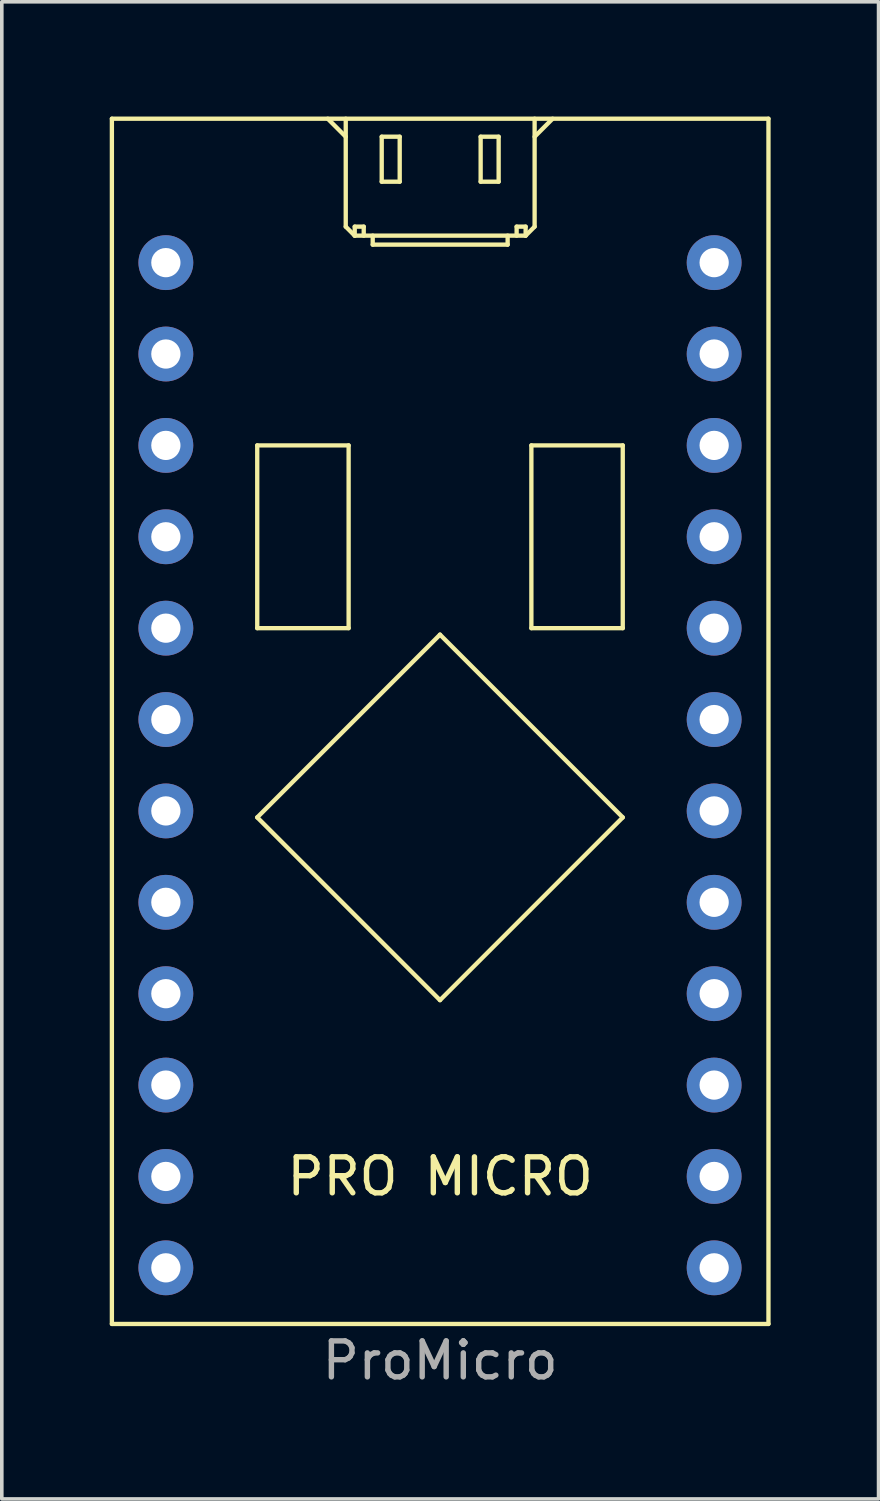
<source format=kicad_pcb>
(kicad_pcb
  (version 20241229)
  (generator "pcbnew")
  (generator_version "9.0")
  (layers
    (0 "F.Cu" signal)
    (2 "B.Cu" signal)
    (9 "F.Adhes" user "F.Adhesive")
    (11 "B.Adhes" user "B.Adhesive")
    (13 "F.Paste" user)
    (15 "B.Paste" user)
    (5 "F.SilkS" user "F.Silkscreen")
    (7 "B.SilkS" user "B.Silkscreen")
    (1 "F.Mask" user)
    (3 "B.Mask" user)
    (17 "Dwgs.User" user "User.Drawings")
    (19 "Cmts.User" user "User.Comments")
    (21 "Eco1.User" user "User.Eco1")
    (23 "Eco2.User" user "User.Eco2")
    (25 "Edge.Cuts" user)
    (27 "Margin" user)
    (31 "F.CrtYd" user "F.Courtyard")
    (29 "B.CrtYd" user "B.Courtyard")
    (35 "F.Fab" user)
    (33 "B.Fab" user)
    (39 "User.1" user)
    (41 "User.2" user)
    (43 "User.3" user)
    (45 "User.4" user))
  (footprint "ProMicro"
    (layer "F.Cu")
    (at 9.185 0.25)
    (property "Reference" "ProMicro" (at 0 34.516 0) (layer "F.Fab") (effects (font (size 1 1) (thickness 0.15))))
    (attr through_hole)
    (fp_line (start -9.125 0) (end 9.125 0) (stroke (width 0.12) (type solid)) (layer "F.SilkS"))
    (fp_line (start -9.125 33.5) (end -9.125 0) (stroke (width 0.12) (type solid)) (layer "F.SilkS"))
    (fp_line (start -5.085 9.08) (end -2.545 9.08) (stroke (width 0.12) (type solid)) (layer "F.SilkS"))
    (fp_line (start -5.085 14.16) (end -5.085 9.08) (stroke (width 0.12) (type solid)) (layer "F.SilkS"))
    (fp_line (start -5.085 19.42) (end -0.005 14.34) (stroke (width 0.12) (type solid)) (layer "F.SilkS"))
    (fp_line (start -3.125 0) (end -2.625 0.5) (stroke (width 0.12) (type solid)) (layer "F.SilkS"))
    (fp_line (start -2.625 0) (end -2.625 3) (stroke (width 0.12) (type solid)) (layer "F.SilkS"))
    (fp_line (start -2.625 3) (end -2.375 3.25) (stroke (width 0.12) (type solid)) (layer "F.SilkS"))
    (fp_line (start -2.545 9.08) (end -2.545 14.16) (stroke (width 0.12) (type solid)) (layer "F.SilkS"))
    (fp_line (start -2.545 14.16) (end -5.085 14.16) (stroke (width 0.12) (type solid)) (layer "F.SilkS"))
    (fp_line (start -2.375 3) (end -2.125 3) (stroke (width 0.12) (type solid)) (layer "F.SilkS"))
    (fp_line (start -2.375 3.25) (end -2.375 3) (stroke (width 0.12) (type solid)) (layer "F.SilkS"))
    (fp_line (start -2.375 3.25) (end 2.375 3.25) (stroke (width 0.12) (type solid)) (layer "F.SilkS"))
    (fp_line (start -2.125 3) (end -2.125 3.25) (stroke (width 0.12) (type solid)) (layer "F.SilkS"))
    (fp_line (start -1.875 3.25) (end -1.875 3.5) (stroke (width 0.12) (type solid)) (layer "F.SilkS"))
    (fp_line (start -1.875 3.5) (end 1.875 3.5) (stroke (width 0.12) (type solid)) (layer "F.SilkS"))
    (fp_line (start -1.625 0.5) (end -1.625 1.75) (stroke (width 0.12) (type solid)) (layer "F.SilkS"))
    (fp_line (start -1.625 1.75) (end -1.125 1.75) (stroke (width 0.12) (type solid)) (layer "F.SilkS"))
    (fp_line (start -1.125 0.5) (end -1.625 0.5) (stroke (width 0.12) (type solid)) (layer "F.SilkS"))
    (fp_line (start -1.125 1.75) (end -1.125 0.5) (stroke (width 0.12) (type solid)) (layer "F.SilkS"))
    (fp_line (start -0.005 14.34) (end 5.075 19.42) (stroke (width 0.12) (type solid)) (layer "F.SilkS"))
    (fp_line (start -0.005 24.5) (end -5.085 19.42) (stroke (width 0.12) (type solid)) (layer "F.SilkS"))
    (fp_line (start 1.125 0.5) (end 1.625 0.5) (stroke (width 0.12) (type solid)) (layer "F.SilkS"))
    (fp_line (start 1.125 1.75) (end 1.125 0.5) (stroke (width 0.12) (type solid)) (layer "F.SilkS"))
    (fp_line (start 1.625 0.5) (end 1.625 1.75) (stroke (width 0.12) (type solid)) (layer "F.SilkS"))
    (fp_line (start 1.625 1.75) (end 1.125 1.75) (stroke (width 0.12) (type solid)) (layer "F.SilkS"))
    (fp_line (start 1.875 3.5) (end 1.875 3.25) (stroke (width 0.12) (type solid)) (layer "F.SilkS"))
    (fp_line (start 2.125 3) (end 2.375 3) (stroke (width 0.12) (type solid)) (layer "F.SilkS"))
    (fp_line (start 2.125 3.25) (end 2.125 3) (stroke (width 0.12) (type solid)) (layer "F.SilkS"))
    (fp_line (start 2.375 3) (end 2.375 3.25) (stroke (width 0.12) (type solid)) (layer "F.SilkS"))
    (fp_line (start 2.375 3.25) (end 2.625 3) (stroke (width 0.12) (type solid)) (layer "F.SilkS"))
    (fp_line (start 2.535 9.08) (end 5.075 9.08) (stroke (width 0.12) (type solid)) (layer "F.SilkS"))
    (fp_line (start 2.535 14.16) (end 2.535 9.08) (stroke (width 0.12) (type solid)) (layer "F.SilkS"))
    (fp_line (start 2.625 0.5) (end 3.125 0) (stroke (width 0.12) (type solid)) (layer "F.SilkS"))
    (fp_line (start 2.625 3) (end 2.625 0) (stroke (width 0.12) (type solid)) (layer "F.SilkS"))
    (fp_line (start 5.075 9.08) (end 5.075 14.16) (stroke (width 0.12) (type solid)) (layer "F.SilkS"))
    (fp_line (start 5.075 14.16) (end 2.535 14.16) (stroke (width 0.12) (type solid)) (layer "F.SilkS"))
    (fp_line (start 5.075 19.42) (end -0.005 24.5) (stroke (width 0.12) (type solid)) (layer "F.SilkS"))
    (fp_line (start 9.125 0) (end 9.125 33.5) (stroke (width 0.12) (type solid)) (layer "F.SilkS"))
    (fp_line (start 9.125 33.5) (end -9.125 33.5) (stroke (width 0.12) (type solid)) (layer "F.SilkS"))
    (fp_text user "PRO MICRO" (at 0 29.4 0) (layer "F.SilkS") (effects (font (size 1 1) (thickness 0.15))))
    (pad "1" thru_hole circle (at -7.625 4) (size 1.524 1.524) (drill 0.813) (layers "*.Cu" "*.Mask"))
    (pad "2" thru_hole circle (at -7.625 6.54) (size 1.524 1.524) (drill 0.813) (layers "*.Cu" "*.Mask"))
    (pad "3" thru_hole circle (at -7.625 9.08) (size 1.524 1.524) (drill 0.813) (layers "*.Cu" "*.Mask"))
    (pad "4" thru_hole circle (at -7.625 11.62) (size 1.524 1.524) (drill 0.813) (layers "*.Cu" "*.Mask"))
    (pad "5" thru_hole circle (at -7.625 14.16) (size 1.524 1.524) (drill 0.813) (layers "*.Cu" "*.Mask"))
    (pad "6" thru_hole circle (at -7.625 16.7) (size 1.524 1.524) (drill 0.813) (layers "*.Cu" "*.Mask"))
    (pad "7" thru_hole circle (at -7.625 19.24) (size 1.524 1.524) (drill 0.813) (layers "*.Cu" "*.Mask"))
    (pad "8" thru_hole circle (at -7.625 21.78) (size 1.524 1.524) (drill 0.813) (layers "*.Cu" "*.Mask"))
    (pad "9" thru_hole circle (at -7.625 24.32) (size 1.524 1.524) (drill 0.813) (layers "*.Cu" "*.Mask"))
    (pad "10" thru_hole circle (at -7.625 26.86) (size 1.524 1.524) (drill 0.813) (layers "*.Cu" "*.Mask"))
    (pad "11" thru_hole circle (at -7.625 29.4) (size 1.524 1.524) (drill 0.813) (layers "*.Cu" "*.Mask"))
    (pad "12" thru_hole circle (at -7.625 31.94) (size 1.524 1.524) (drill 0.813) (layers "*.Cu" "*.Mask"))
    (pad "13" thru_hole circle (at 7.615 31.94) (size 1.524 1.524) (drill 0.813) (layers "*.Cu" "*.Mask"))
    (pad "14" thru_hole circle (at 7.615 29.4) (size 1.524 1.524) (drill 0.813) (layers "*.Cu" "*.Mask"))
    (pad "15" thru_hole circle (at 7.615 26.86) (size 1.524 1.524) (drill 0.813) (layers "*.Cu" "*.Mask"))
    (pad "16" thru_hole circle (at 7.615 24.32) (size 1.524 1.524) (drill 0.813) (layers "*.Cu" "*.Mask"))
    (pad "17" thru_hole circle (at 7.615 21.78) (size 1.524 1.524) (drill 0.813) (layers "*.Cu" "*.Mask"))
    (pad "18" thru_hole circle (at 7.615 19.24) (size 1.524 1.524) (drill 0.813) (layers "*.Cu" "*.Mask"))
    (pad "19" thru_hole circle (at 7.615 16.7) (size 1.524 1.524) (drill 0.813) (layers "*.Cu" "*.Mask"))
    (pad "20" thru_hole circle (at 7.615 14.16) (size 1.524 1.524) (drill 0.813) (layers "*.Cu" "*.Mask"))
    (pad "21" thru_hole circle (at 7.615 11.62) (size 1.524 1.524) (drill 0.813) (layers "*.Cu" "*.Mask"))
    (pad "22" thru_hole circle (at 7.615 9.08) (size 1.524 1.524) (drill 0.813) (layers "*.Cu" "*.Mask"))
    (pad "23" thru_hole circle (at 7.615 6.54) (size 1.524 1.524) (drill 0.813) (layers "*.Cu" "*.Mask"))
    (pad "24" thru_hole circle (at 7.615 4) (size 1.524 1.524) (drill 0.813) (layers "*.Cu" "*.Mask")))
  (gr_rect
    (start -3 -3)
    (end 21.37 38.614)
    (stroke (width 0.1) (type default))
    (fill no)
    (layer "Edge.Cuts")))
</source>
